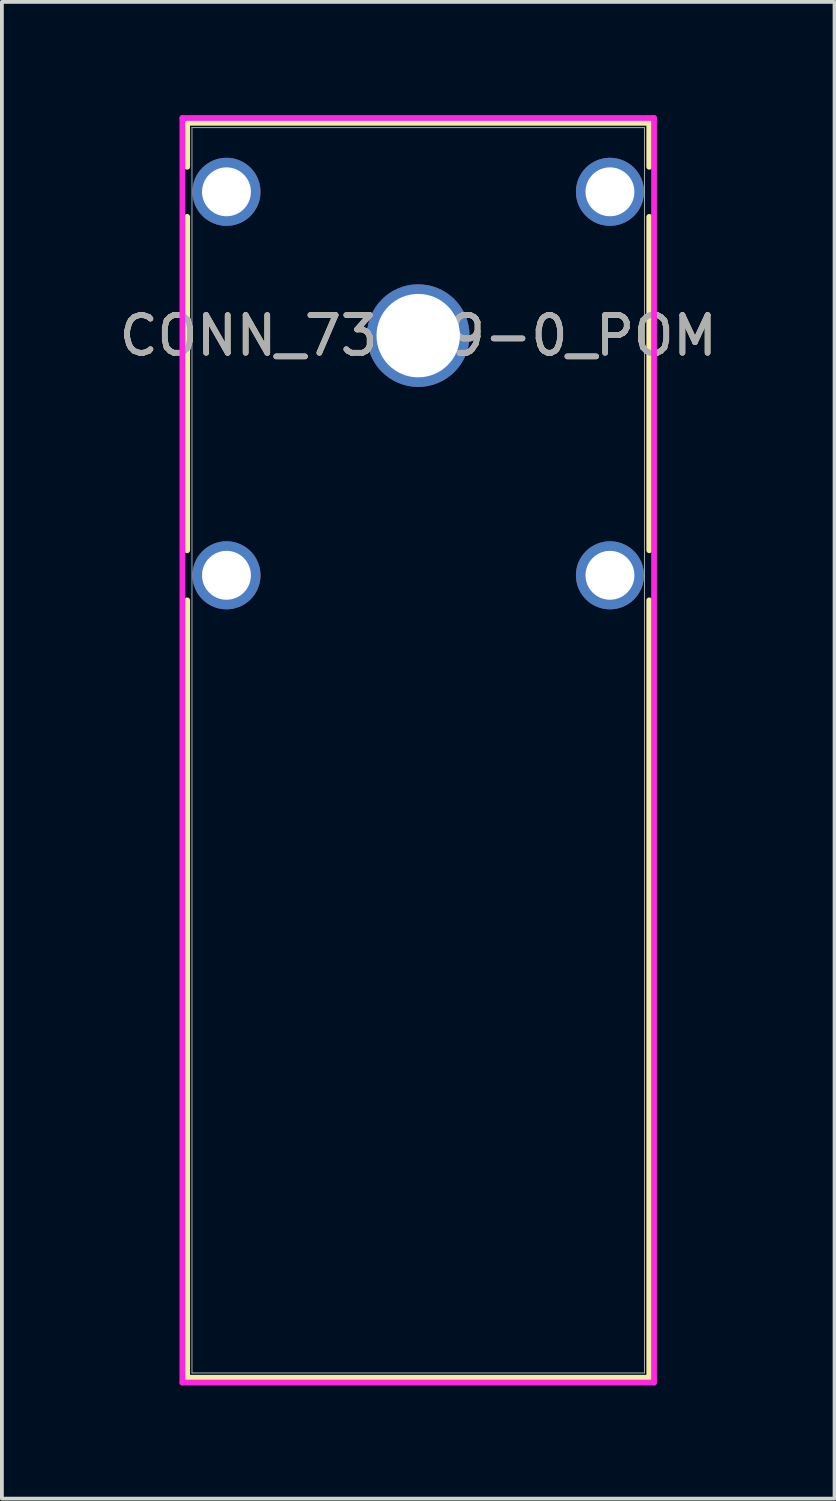
<source format=kicad_pcb>
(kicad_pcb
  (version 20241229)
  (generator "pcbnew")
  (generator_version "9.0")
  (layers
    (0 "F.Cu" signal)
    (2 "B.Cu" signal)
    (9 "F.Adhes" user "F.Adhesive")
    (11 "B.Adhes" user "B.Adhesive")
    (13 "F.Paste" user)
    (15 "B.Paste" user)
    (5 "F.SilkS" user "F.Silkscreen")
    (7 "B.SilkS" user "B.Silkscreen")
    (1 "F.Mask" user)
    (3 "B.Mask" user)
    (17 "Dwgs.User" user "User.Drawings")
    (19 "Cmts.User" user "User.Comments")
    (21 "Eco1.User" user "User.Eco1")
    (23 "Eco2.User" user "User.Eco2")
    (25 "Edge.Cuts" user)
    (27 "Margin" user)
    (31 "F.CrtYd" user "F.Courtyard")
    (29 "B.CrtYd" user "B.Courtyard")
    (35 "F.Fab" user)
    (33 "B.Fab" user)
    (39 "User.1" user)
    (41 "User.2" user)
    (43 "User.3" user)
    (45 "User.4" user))
  (footprint "CONN_73099-0_POM"
    (layer "F.Cu")
    (at 8.03 5.842)
    (property "Reference" "CONN_73099-0_POM" (at 0 0 0) (unlocked yes) (layer "F.SilkS") (effects (font (size 1 1) (thickness 0.15))))
    (attr through_hole)
    (fp_line (start -6.121 -5.639) (end -6.121 -4.473) (stroke (width 0.152) (type solid)) (layer "F.SilkS"))
    (fp_line (start -6.121 -3.147) (end -6.121 5.687) (stroke (width 0.152) (type solid)) (layer "F.SilkS"))
    (fp_line (start -6.121 7.013) (end -6.121 27.61) (stroke (width 0.152) (type solid)) (layer "F.SilkS"))
    (fp_line (start -6.121 27.61) (end 6.121 27.61) (stroke (width 0.152) (type solid)) (layer "F.SilkS"))
    (fp_line (start 6.121 -5.639) (end -6.121 -5.639) (stroke (width 0.152) (type solid)) (layer "F.SilkS"))
    (fp_line (start 6.121 -4.473) (end 6.121 -5.639) (stroke (width 0.152) (type solid)) (layer "F.SilkS"))
    (fp_line (start 6.121 5.687) (end 6.121 -3.147) (stroke (width 0.152) (type solid)) (layer "F.SilkS"))
    (fp_line (start 6.121 27.61) (end 6.121 7.013) (stroke (width 0.152) (type solid)) (layer "F.SilkS"))
    (fp_line (start -6.248 -5.766) (end -6.248 27.737) (stroke (width 0.152) (type solid)) (layer "F.CrtYd"))
    (fp_line (start -6.248 27.737) (end 6.248 27.737) (stroke (width 0.152) (type solid)) (layer "F.CrtYd"))
    (fp_line (start 6.248 -5.766) (end -6.248 -5.766) (stroke (width 0.152) (type solid)) (layer "F.CrtYd"))
    (fp_line (start 6.248 27.737) (end 6.248 -5.766) (stroke (width 0.152) (type solid)) (layer "F.CrtYd"))
    (fp_line (start -5.994 -5.512) (end -5.994 27.483) (stroke (width 0.025) (type solid)) (layer "F.Fab"))
    (fp_line (start -5.994 27.483) (end 5.994 27.483) (stroke (width 0.025) (type solid)) (layer "F.Fab"))
    (fp_line (start 5.994 -5.512) (end -5.994 -5.512) (stroke (width 0.025) (type solid)) (layer "F.Fab"))
    (fp_line (start 5.994 27.483) (end 5.994 -5.512) (stroke (width 0.025) (type solid)) (layer "F.Fab"))
    (fp_text user "${REFERENCE}" (at 0 0 0) (unlocked yes) (layer "F.Fab") (effects (font (size 1 1) (thickness 0.15))))
    (pad "1" thru_hole circle (at 0 0) (size 2.718 2.718) (drill 2.21) (layers "*.Cu" "*.Mask"))
    (pad "2" thru_hole circle (at -5.08 -3.81) (size 1.803 1.803) (drill 1.295) (layers "*.Cu" "*.Mask"))
    (pad "3" thru_hole circle (at 5.08 -3.81) (size 1.803 1.803) (drill 1.295) (layers "*.Cu" "*.Mask"))
    (pad "4" thru_hole circle (at -5.08 6.35) (size 1.803 1.803) (drill 1.295) (layers "*.Cu" "*.Mask"))
    (pad "5" thru_hole circle (at 5.08 6.35) (size 1.803 1.803) (drill 1.295) (layers "*.Cu" "*.Mask")))
  (gr_rect
    (start -3 -3)
    (end 19.06 36.655)
    (stroke (width 0.1) (type default))
    (fill no)
    (layer "Edge.Cuts")))
</source>
